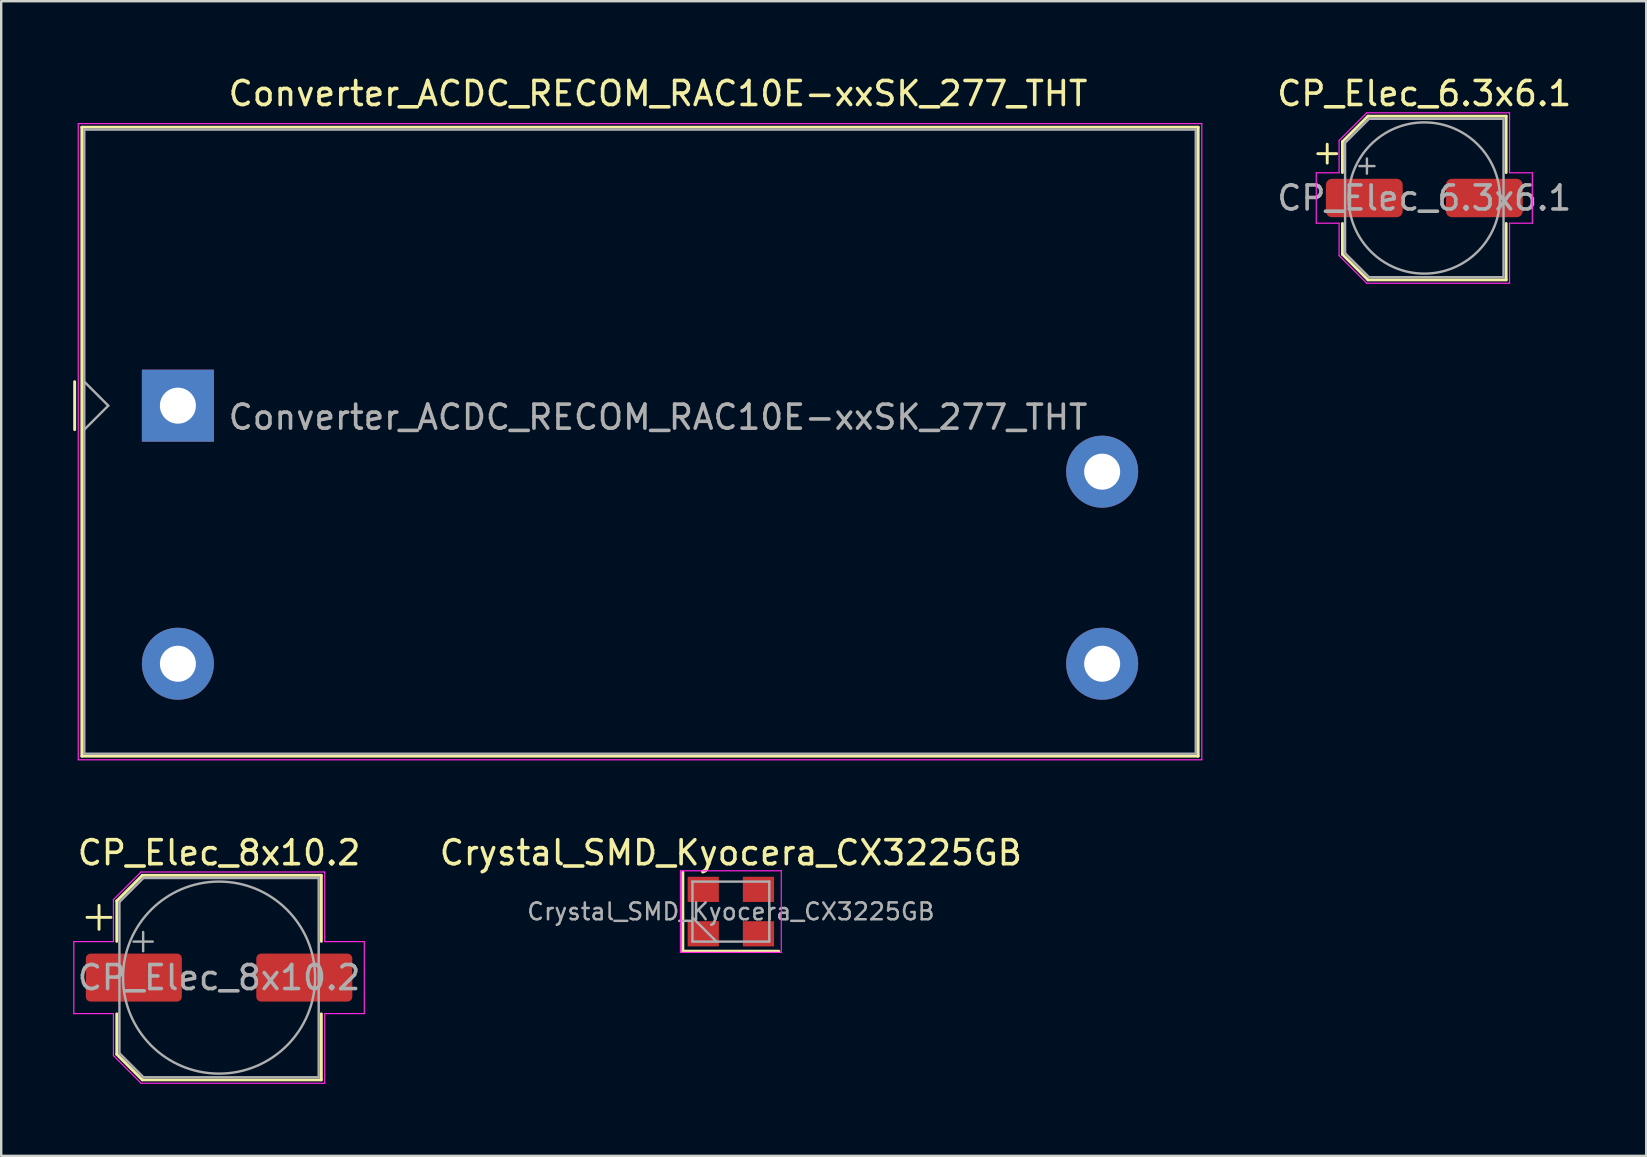
<source format=kicad_pcb>
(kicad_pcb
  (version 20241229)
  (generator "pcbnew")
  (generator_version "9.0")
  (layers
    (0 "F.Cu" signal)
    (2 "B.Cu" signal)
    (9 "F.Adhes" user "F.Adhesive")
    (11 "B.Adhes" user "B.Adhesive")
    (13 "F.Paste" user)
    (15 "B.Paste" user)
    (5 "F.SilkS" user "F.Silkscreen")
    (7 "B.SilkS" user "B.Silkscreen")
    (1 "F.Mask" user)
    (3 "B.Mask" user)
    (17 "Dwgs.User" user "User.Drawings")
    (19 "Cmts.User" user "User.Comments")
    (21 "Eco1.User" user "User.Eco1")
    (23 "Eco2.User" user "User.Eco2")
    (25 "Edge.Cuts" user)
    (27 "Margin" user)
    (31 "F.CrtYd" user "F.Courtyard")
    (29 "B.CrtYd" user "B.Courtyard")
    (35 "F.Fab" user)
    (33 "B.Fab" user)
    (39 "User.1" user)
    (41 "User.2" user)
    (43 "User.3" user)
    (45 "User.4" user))
  (footprint "Converter_ACDC_RECOM_RAC10E-xxSK_277_THT"
    (layer "F.Cu")
    (at 4.36 13.848)
    (property "Reference" "Converter_ACDC_RECOM_RAC10E-xxSK_277_THT" (at 20 -13 0) (layer "F.SilkS") (effects (font (size 1 1) (thickness 0.15))))
    (attr through_hole)
    (fp_line (start -4.3 -1) (end -4.3 1) (stroke (width 0.12) (type solid)) (layer "F.SilkS"))
    (fp_line (start -4 -11.6) (end -4 14.6) (stroke (width 0.12) (type solid)) (layer "F.SilkS"))
    (fp_line (start -4 -11.6) (end 42.5 -11.6) (stroke (width 0.12) (type solid)) (layer "F.SilkS"))
    (fp_line (start -4 14.6) (end 42.5 14.6) (stroke (width 0.12) (type solid)) (layer "F.SilkS"))
    (fp_line (start 42.5 -11.6) (end 42.5 14.6) (stroke (width 0.12) (type solid)) (layer "F.SilkS"))
    (fp_line (start -4.15 -11.75) (end -4.15 14.75) (stroke (width 0.05) (type solid)) (layer "F.CrtYd"))
    (fp_line (start -4.15 -11.75) (end 42.65 -11.75) (stroke (width 0.05) (type solid)) (layer "F.CrtYd"))
    (fp_line (start -4.15 14.75) (end 42.65 14.75) (stroke (width 0.05) (type solid)) (layer "F.CrtYd"))
    (fp_line (start 42.65 -11.75) (end 42.65 14.75) (stroke (width 0.05) (type solid)) (layer "F.CrtYd"))
    (fp_line (start -3.9 -11.5) (end -3.9 14.5) (stroke (width 0.1) (type solid)) (layer "F.Fab"))
    (fp_line (start -3.9 -1) (end -2.9 0) (stroke (width 0.1) (type solid)) (layer "F.Fab"))
    (fp_line (start -3.9 1) (end -2.9 0) (stroke (width 0.1) (type solid)) (layer "F.Fab"))
    (fp_line (start -3.9 14.5) (end 42.4 14.5) (stroke (width 0.1) (type solid)) (layer "F.Fab"))
    (fp_line (start 42.4 -11.5) (end -3.9 -11.5) (stroke (width 0.1) (type solid)) (layer "F.Fab"))
    (fp_line (start 42.4 -11.5) (end 42.4 14.5) (stroke (width 0.1) (type solid)) (layer "F.Fab"))
    (fp_text user "${REFERENCE}" (at 20 0.48 0) (layer "F.Fab") (effects (font (size 1 1) (thickness 0.15))))
    (pad "1" thru_hole rect (at 0 0) (size 3 3) (drill 1.5) (layers "*.Cu" "*.Mask"))
    (pad "2" thru_hole circle (at 0 10.75) (size 3 3) (drill 1.5) (layers "*.Cu" "*.Mask"))
    (pad "3" thru_hole circle (at 38.5 10.75) (size 3 3) (drill 1.5) (layers "*.Cu" "*.Mask"))
    (pad "4" thru_hole circle (at 38.5 2.75) (size 3 3) (drill 1.5) (layers "*.Cu" "*.Mask")))
  (footprint "CP_Elec_8x10.2"
    (layer "F.Cu")
    (at 6.075 37.672)
    (property "Reference" "CP_Elec_8x10.2" (at 0 -5.2 0) (layer "F.SilkS") (effects (font (size 1 1) (thickness 0.15))))
    (attr smd)
    (fp_line (start -5.5 -2.51) (end -4.5 -2.51) (stroke (width 0.12) (type solid)) (layer "F.SilkS"))
    (fp_line (start -5 -3.01) (end -5 -2.01) (stroke (width 0.12) (type solid)) (layer "F.SilkS"))
    (fp_line (start -4.26 -3.196) (end -4.26 -1.51) (stroke (width 0.12) (type solid)) (layer "F.SilkS"))
    (fp_line (start -4.26 -3.196) (end -3.196 -4.26) (stroke (width 0.12) (type solid)) (layer "F.SilkS"))
    (fp_line (start -4.26 3.196) (end -4.26 1.51) (stroke (width 0.12) (type solid)) (layer "F.SilkS"))
    (fp_line (start -4.26 3.196) (end -3.196 4.26) (stroke (width 0.12) (type solid)) (layer "F.SilkS"))
    (fp_line (start -3.196 -4.26) (end 4.26 -4.26) (stroke (width 0.12) (type solid)) (layer "F.SilkS"))
    (fp_line (start -3.196 4.26) (end 4.26 4.26) (stroke (width 0.12) (type solid)) (layer "F.SilkS"))
    (fp_line (start 4.26 -4.26) (end 4.26 -1.51) (stroke (width 0.12) (type solid)) (layer "F.SilkS"))
    (fp_line (start 4.26 4.26) (end 4.26 1.51) (stroke (width 0.12) (type solid)) (layer "F.SilkS"))
    (fp_line (start -6.05 -1.5) (end -6.05 1.5) (stroke (width 0.05) (type solid)) (layer "F.CrtYd"))
    (fp_line (start -6.05 1.5) (end -4.4 1.5) (stroke (width 0.05) (type solid)) (layer "F.CrtYd"))
    (fp_line (start -4.4 -3.25) (end -4.4 -1.5) (stroke (width 0.05) (type solid)) (layer "F.CrtYd"))
    (fp_line (start -4.4 -3.25) (end -3.25 -4.4) (stroke (width 0.05) (type solid)) (layer "F.CrtYd"))
    (fp_line (start -4.4 -1.5) (end -6.05 -1.5) (stroke (width 0.05) (type solid)) (layer "F.CrtYd"))
    (fp_line (start -4.4 1.5) (end -4.4 3.25) (stroke (width 0.05) (type solid)) (layer "F.CrtYd"))
    (fp_line (start -4.4 3.25) (end -3.25 4.4) (stroke (width 0.05) (type solid)) (layer "F.CrtYd"))
    (fp_line (start -3.25 -4.4) (end 4.4 -4.4) (stroke (width 0.05) (type solid)) (layer "F.CrtYd"))
    (fp_line (start -3.25 4.4) (end 4.4 4.4) (stroke (width 0.05) (type solid)) (layer "F.CrtYd"))
    (fp_line (start 4.4 -4.4) (end 4.4 -1.5) (stroke (width 0.05) (type solid)) (layer "F.CrtYd"))
    (fp_line (start 4.4 -1.5) (end 6.05 -1.5) (stroke (width 0.05) (type solid)) (layer "F.CrtYd"))
    (fp_line (start 4.4 1.5) (end 4.4 4.4) (stroke (width 0.05) (type solid)) (layer "F.CrtYd"))
    (fp_line (start 6.05 -1.5) (end 6.05 1.5) (stroke (width 0.05) (type solid)) (layer "F.CrtYd"))
    (fp_line (start 6.05 1.5) (end 4.4 1.5) (stroke (width 0.05) (type solid)) (layer "F.CrtYd"))
    (fp_line (start -4.15 -3.15) (end -4.15 3.15) (stroke (width 0.1) (type solid)) (layer "F.Fab"))
    (fp_line (start -4.15 -3.15) (end -3.15 -4.15) (stroke (width 0.1) (type solid)) (layer "F.Fab"))
    (fp_line (start -4.15 3.15) (end -3.15 4.15) (stroke (width 0.1) (type solid)) (layer "F.Fab"))
    (fp_line (start -3.562 -1.5) (end -2.762 -1.5) (stroke (width 0.1) (type solid)) (layer "F.Fab"))
    (fp_line (start -3.162 -1.9) (end -3.162 -1.1) (stroke (width 0.1) (type solid)) (layer "F.Fab"))
    (fp_line (start -3.15 -4.15) (end 4.15 -4.15) (stroke (width 0.1) (type solid)) (layer "F.Fab"))
    (fp_line (start -3.15 4.15) (end 4.15 4.15) (stroke (width 0.1) (type solid)) (layer "F.Fab"))
    (fp_line (start 4.15 -4.15) (end 4.15 4.15) (stroke (width 0.1) (type solid)) (layer "F.Fab"))
    (fp_circle (center 0 0) (end 4 0) (stroke (width 0.1) (type solid)) (fill no) (layer "F.Fab"))
    (fp_text user "${REFERENCE}" (at 0 0 0) (layer "F.Fab") (effects (font (size 1 1) (thickness 0.15))))
    (pad "1" smd roundrect (at -3.55 0) (size 4 2) (layers "F.Cu" "F.Mask" "F.Paste") (roundrect_rratio 0.1))
    (pad "2" smd roundrect (at 3.55 0) (size 4 2) (layers "F.Cu" "F.Mask" "F.Paste") (roundrect_rratio 0.1)))
  (footprint "Crystal_SMD_Kyocera_CX3225GB"
    (layer "F.Cu")
    (at 27.394 34.922)
    (property "Reference" "Crystal_SMD_Kyocera_CX3225GB" (at 0 -2.45 0) (layer "F.SilkS") (effects (font (size 1 1) (thickness 0.15))))
    (attr smd)
    (fp_line (start -2 -1.65) (end -2 1.65) (stroke (width 0.12) (type solid)) (layer "F.SilkS"))
    (fp_line (start -2 1.65) (end 2 1.65) (stroke (width 0.12) (type solid)) (layer "F.SilkS"))
    (fp_line (start -2.1 -1.7) (end -2.1 1.7) (stroke (width 0.05) (type solid)) (layer "F.CrtYd"))
    (fp_line (start -2.1 1.7) (end 2.1 1.7) (stroke (width 0.05) (type solid)) (layer "F.CrtYd"))
    (fp_line (start 2.1 -1.7) (end -2.1 -1.7) (stroke (width 0.05) (type solid)) (layer "F.CrtYd"))
    (fp_line (start 2.1 1.7) (end 2.1 -1.7) (stroke (width 0.05) (type solid)) (layer "F.CrtYd"))
    (fp_line (start -1.6 -1.25) (end -1.6 1.25) (stroke (width 0.1) (type solid)) (layer "F.Fab"))
    (fp_line (start -1.6 0.25) (end -0.6 1.25) (stroke (width 0.1) (type solid)) (layer "F.Fab"))
    (fp_line (start -1.6 1.25) (end 1.6 1.25) (stroke (width 0.1) (type solid)) (layer "F.Fab"))
    (fp_line (start 1.6 -1.25) (end -1.6 -1.25) (stroke (width 0.1) (type solid)) (layer "F.Fab"))
    (fp_line (start 1.6 1.25) (end 1.6 -1.25) (stroke (width 0.1) (type solid)) (layer "F.Fab"))
    (fp_text user "${REFERENCE}" (at 0 0 0) (layer "F.Fab") (effects (font (size 0.7 0.7) (thickness 0.105))))
    (pad "1" smd rect (at -1.15 0.925) (size 1.3 1.05) (layers "F.Cu" "F.Mask" "F.Paste"))
    (pad "2" smd rect (at 1.15 0.925) (size 1.3 1.05) (layers "F.Cu" "F.Mask" "F.Paste"))
    (pad "3" smd rect (at 1.15 -0.925) (size 1.3 1.05) (layers "F.Cu" "F.Mask" "F.Paste"))
    (pad "4" smd rect (at -1.15 -0.925) (size 1.3 1.05) (layers "F.Cu" "F.Mask" "F.Paste")))
  (footprint "CP_Elec_6.3x6.1"
    (layer "F.Cu")
    (at 56.279 5.198)
    (property "Reference" "CP_Elec_6.3x6.1" (at 0 -4.35 0) (layer "F.SilkS") (effects (font (size 1 1) (thickness 0.15))))
    (attr smd)
    (fp_line (start -4.438 -1.847) (end -3.65 -1.847) (stroke (width 0.12) (type solid)) (layer "F.SilkS"))
    (fp_line (start -4.044 -2.241) (end -4.044 -1.454) (stroke (width 0.12) (type solid)) (layer "F.SilkS"))
    (fp_line (start -3.41 -2.346) (end -3.41 -1.06) (stroke (width 0.12) (type solid)) (layer "F.SilkS"))
    (fp_line (start -3.41 -2.346) (end -2.346 -3.41) (stroke (width 0.12) (type solid)) (layer "F.SilkS"))
    (fp_line (start -3.41 2.346) (end -3.41 1.06) (stroke (width 0.12) (type solid)) (layer "F.SilkS"))
    (fp_line (start -3.41 2.346) (end -2.346 3.41) (stroke (width 0.12) (type solid)) (layer "F.SilkS"))
    (fp_line (start -2.346 -3.41) (end 3.41 -3.41) (stroke (width 0.12) (type solid)) (layer "F.SilkS"))
    (fp_line (start -2.346 3.41) (end 3.41 3.41) (stroke (width 0.12) (type solid)) (layer "F.SilkS"))
    (fp_line (start 3.41 -3.41) (end 3.41 -1.06) (stroke (width 0.12) (type solid)) (layer "F.SilkS"))
    (fp_line (start 3.41 3.41) (end 3.41 1.06) (stroke (width 0.12) (type solid)) (layer "F.SilkS"))
    (fp_line (start -4.5 -1.05) (end -4.5 1.05) (stroke (width 0.05) (type solid)) (layer "F.CrtYd"))
    (fp_line (start -4.5 1.05) (end -3.55 1.05) (stroke (width 0.05) (type solid)) (layer "F.CrtYd"))
    (fp_line (start -3.55 -2.4) (end -3.55 -1.05) (stroke (width 0.05) (type solid)) (layer "F.CrtYd"))
    (fp_line (start -3.55 -2.4) (end -2.4 -3.55) (stroke (width 0.05) (type solid)) (layer "F.CrtYd"))
    (fp_line (start -3.55 -1.05) (end -4.5 -1.05) (stroke (width 0.05) (type solid)) (layer "F.CrtYd"))
    (fp_line (start -3.55 1.05) (end -3.55 2.4) (stroke (width 0.05) (type solid)) (layer "F.CrtYd"))
    (fp_line (start -3.55 2.4) (end -2.4 3.55) (stroke (width 0.05) (type solid)) (layer "F.CrtYd"))
    (fp_line (start -2.4 -3.55) (end 3.55 -3.55) (stroke (width 0.05) (type solid)) (layer "F.CrtYd"))
    (fp_line (start -2.4 3.55) (end 3.55 3.55) (stroke (width 0.05) (type solid)) (layer "F.CrtYd"))
    (fp_line (start 3.55 -3.55) (end 3.55 -1.05) (stroke (width 0.05) (type solid)) (layer "F.CrtYd"))
    (fp_line (start 3.55 -1.05) (end 4.5 -1.05) (stroke (width 0.05) (type solid)) (layer "F.CrtYd"))
    (fp_line (start 3.55 1.05) (end 3.55 3.55) (stroke (width 0.05) (type solid)) (layer "F.CrtYd"))
    (fp_line (start 4.5 -1.05) (end 4.5 1.05) (stroke (width 0.05) (type solid)) (layer "F.CrtYd"))
    (fp_line (start 4.5 1.05) (end 3.55 1.05) (stroke (width 0.05) (type solid)) (layer "F.CrtYd"))
    (fp_line (start -3.3 -2.3) (end -3.3 2.3) (stroke (width 0.1) (type solid)) (layer "F.Fab"))
    (fp_line (start -3.3 -2.3) (end -2.3 -3.3) (stroke (width 0.1) (type solid)) (layer "F.Fab"))
    (fp_line (start -3.3 2.3) (end -2.3 3.3) (stroke (width 0.1) (type solid)) (layer "F.Fab"))
    (fp_line (start -2.705 -1.33) (end -2.075 -1.33) (stroke (width 0.1) (type solid)) (layer "F.Fab"))
    (fp_line (start -2.39 -1.645) (end -2.39 -1.015) (stroke (width 0.1) (type solid)) (layer "F.Fab"))
    (fp_line (start -2.3 -3.3) (end 3.3 -3.3) (stroke (width 0.1) (type solid)) (layer "F.Fab"))
    (fp_line (start -2.3 3.3) (end 3.3 3.3) (stroke (width 0.1) (type solid)) (layer "F.Fab"))
    (fp_line (start 3.3 -3.3) (end 3.3 3.3) (stroke (width 0.1) (type solid)) (layer "F.Fab"))
    (fp_circle (center 0 0) (end 3.15 0) (stroke (width 0.1) (type solid)) (fill no) (layer "F.Fab"))
    (fp_text user "${REFERENCE}" (at 0 0 0) (layer "F.Fab") (effects (font (size 1 1) (thickness 0.15))))
    (pad "1" smd roundrect (at -2.5 0) (size 3.2 1.6) (layers "F.Cu" "F.Mask" "F.Paste") (roundrect_rratio 0.156))
    (pad "2" smd roundrect (at 2.5 0) (size 3.2 1.6) (layers "F.Cu" "F.Mask" "F.Paste") (roundrect_rratio 0.156)))
  (gr_rect
    (start -3 -3)
    (end 65.523 45.096)
    (stroke (width 0.1) (type default))
    (fill no)
    (layer "Edge.Cuts")))
</source>
